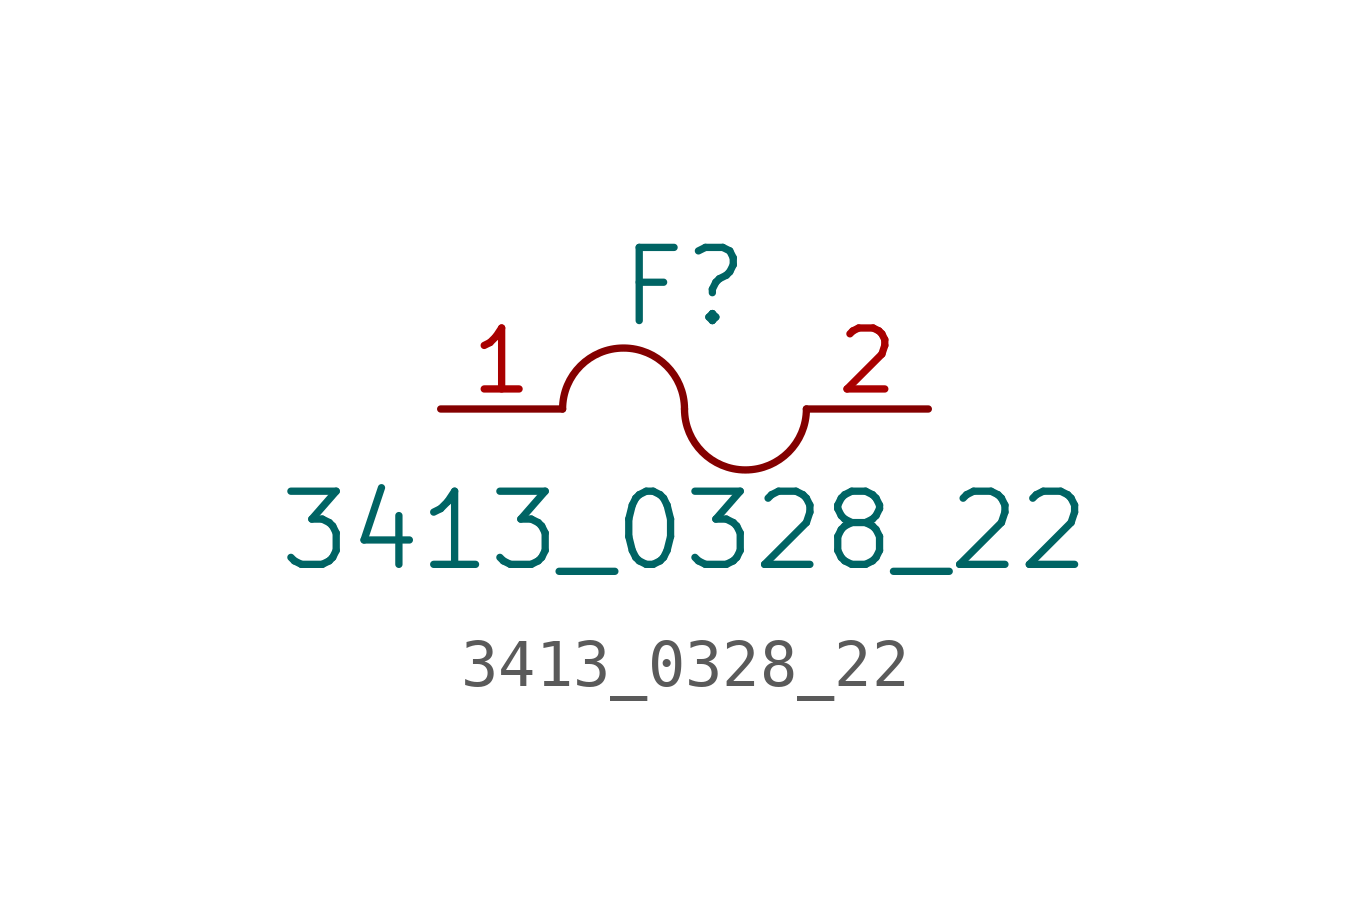
<source format=kicad_sym>
(kicad_symbol_lib
  (version 20231120)
  (generator "kicad_symbol_editor")
  (generator_version "8.0")
  (symbol "3413_0328_22"
    (pin_names
      (offset 1.016))
    (property "Reference" "F"
      (at 0 2.54 0)
      (effects (font (size 1.524 1.524))))
    (property "Value" "3413_0328_22"
      (at 0 -2.54 0)
      (effects (font (size 1.524 1.524))))
    (symbol "3413_0328_22_0_1"
      (arc (start 0 0) (mid -1.27 1.2645) (end -2.54 0) (stroke (width 0) (type default)) (fill (type none)))
      (arc (start 0 0) (mid 1.27 -1.2645) (end 2.54 0) (stroke (width 0) (type default)) (fill (type none))))
    (symbol "3413_0328_22_1_1"
      (pin output line (at -5.08 0 0) (length 2.54) (name "~" (effects (font (size 1.27 1.27)))) (number "1" (effects (font (size 1.27 1.27)))))
      (pin output line (at 5.08 0 180) (length 2.54) (name "~" (effects (font (size 1.27 1.27)))) (number "2" (effects (font (size 1.27 1.27))))))))
</source>
